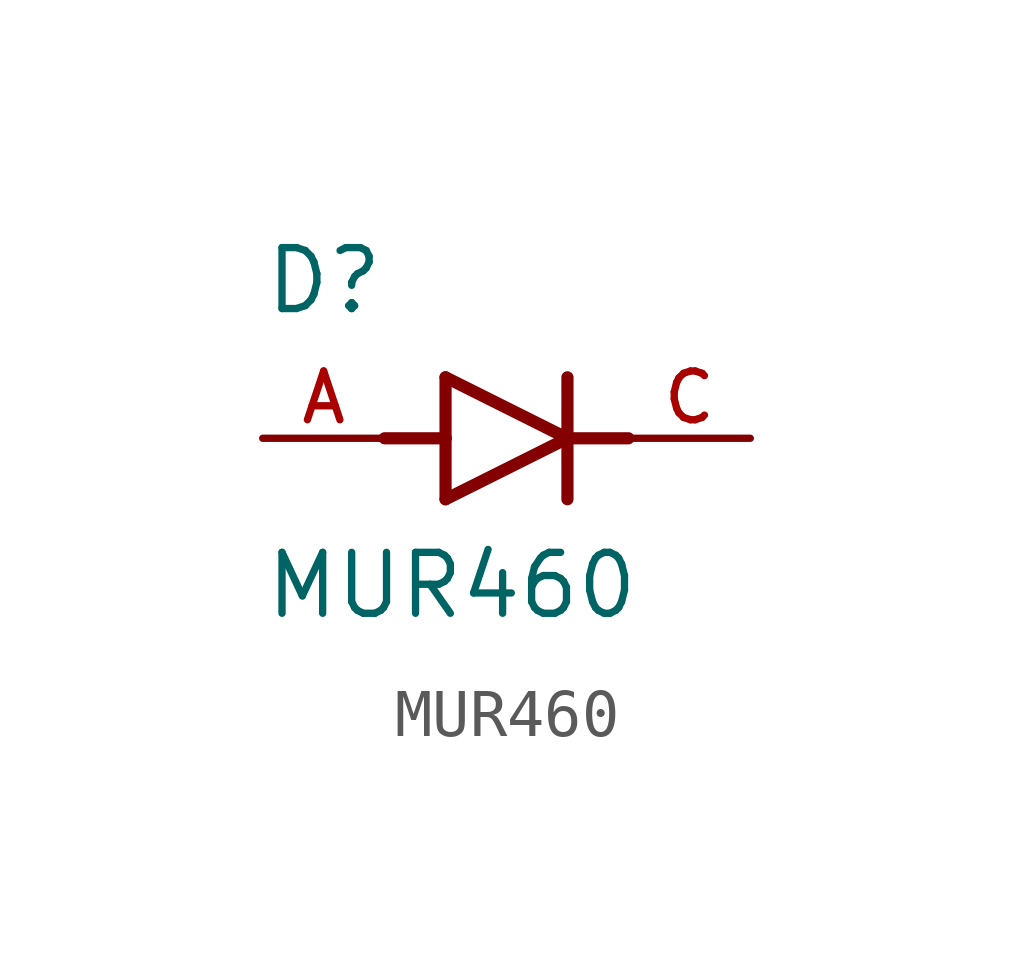
<source format=kicad_sym>
(kicad_symbol_lib
  (version 20211014)
  (generator kicad_symbol_editor)
  (symbol "MUR460"
    (pin_names
      (offset 1.016))
    (property "Reference" "D"
      (at -5.08 2.54 0)
      (effects (font (size 1.27 1.27)) (justify bottom left)))
    (property "Value" "MUR460"
      (at -5.08 -3.81 0)
      (effects (font (size 1.27 1.27)) (justify bottom left)))
    (symbol "MUR460_0_0"
      (polyline (pts (xy -1.27 -1.27) (xy 1.27 0.0)) (stroke (width 0.254)))
      (polyline (pts (xy 1.27 0.0) (xy -1.27 1.27)) (stroke (width 0.254)))
      (polyline (pts (xy 1.27 1.27) (xy 1.27 0.0)) (stroke (width 0.254)))
      (polyline (pts (xy -1.27 1.27) (xy -1.27 0.0)) (stroke (width 0.254)))
      (polyline (pts (xy -1.27 0.0) (xy -1.27 -1.27)) (stroke (width 0.254)))
      (polyline (pts (xy 1.27 0.0) (xy 1.27 -1.27)) (stroke (width 0.254)))
      (polyline (pts (xy -2.54 0.0) (xy -1.27 0.0)) (stroke (width 0.254)))
      (polyline (pts (xy 1.27 0.0) (xy 2.54 0.0)) (stroke (width 0.254)))
      (pin passive line (at 5.08 0.0 180.0) (length 2.54) (name "~" (effects (font (size 1.016 1.016)))) (number "C" (effects (font (size 1.016 1.016)))))
      (pin passive line (at -5.08 0.0 0) (length 2.54) (name "~" (effects (font (size 1.016 1.016)))) (number "A" (effects (font (size 1.016 1.016))))))))
</source>
